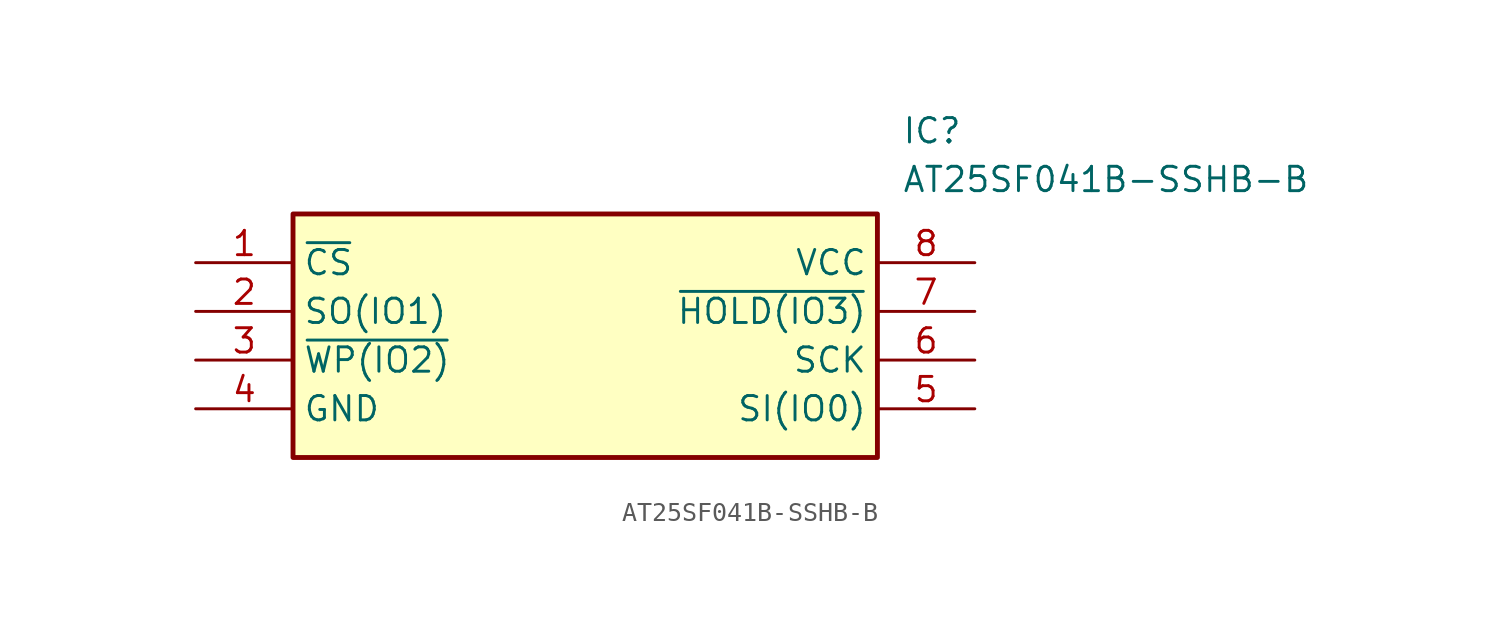
<source format=kicad_sym>
(kicad_symbol_lib
  (version 20211014)
  (generator SamacSys_ECAD_Model)
  (symbol "AT25SF041B-SSHB-B"
    (property "Reference" "IC"
      (at 36.83 7.62 0)
      (effects (font (size 1.27 1.27)) (justify left top)))
    (property "Value" "AT25SF041B-SSHB-B"
      (at 36.83 5.08 0)
      (effects (font (size 1.27 1.27)) (justify left top)))
    (rectangle
      (start 5.08 2.54)
      (end 35.56 -10.16)
      (stroke (width 0.254) (type default))
      (fill (type background)))
    (pin passive line
      (at 0 0 0)
      (length 5.08)
      (name "~{CS}" (effects (font (size 1.27 1.27))))
      (number "1" (effects (font (size 1.27 1.27)))))
    (pin passive line
      (at 0 -2.54 0)
      (length 5.08)
      (name "SO(IO1)" (effects (font (size 1.27 1.27))))
      (number "2" (effects (font (size 1.27 1.27)))))
    (pin passive line
      (at 0 -5.08 0)
      (length 5.08)
      (name "~{WP(IO2)}" (effects (font (size 1.27 1.27))))
      (number "3" (effects (font (size 1.27 1.27)))))
    (pin passive line
      (at 0 -7.62 0)
      (length 5.08)
      (name "GND" (effects (font (size 1.27 1.27))))
      (number "4" (effects (font (size 1.27 1.27)))))
    (pin passive line
      (at 40.64 0 180)
      (length 5.08)
      (name "VCC" (effects (font (size 1.27 1.27))))
      (number "8" (effects (font (size 1.27 1.27)))))
    (pin passive line
      (at 40.64 -2.54 180)
      (length 5.08)
      (name "~{HOLD(IO3)}" (effects (font (size 1.27 1.27))))
      (number "7" (effects (font (size 1.27 1.27)))))
    (pin passive line
      (at 40.64 -5.08 180)
      (length 5.08)
      (name "SCK" (effects (font (size 1.27 1.27))))
      (number "6" (effects (font (size 1.27 1.27)))))
    (pin passive line
      (at 40.64 -7.62 180)
      (length 5.08)
      (name "SI(IO0)" (effects (font (size 1.27 1.27))))
      (number "5" (effects (font (size 1.27 1.27)))))))
</source>
